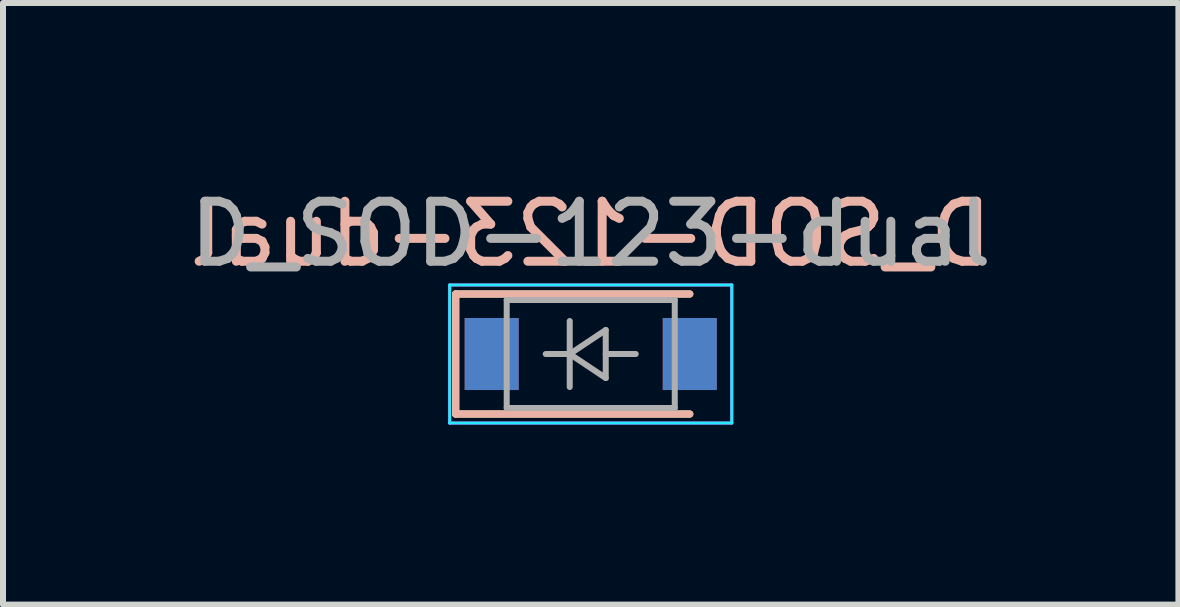
<source format=kicad_pcb>
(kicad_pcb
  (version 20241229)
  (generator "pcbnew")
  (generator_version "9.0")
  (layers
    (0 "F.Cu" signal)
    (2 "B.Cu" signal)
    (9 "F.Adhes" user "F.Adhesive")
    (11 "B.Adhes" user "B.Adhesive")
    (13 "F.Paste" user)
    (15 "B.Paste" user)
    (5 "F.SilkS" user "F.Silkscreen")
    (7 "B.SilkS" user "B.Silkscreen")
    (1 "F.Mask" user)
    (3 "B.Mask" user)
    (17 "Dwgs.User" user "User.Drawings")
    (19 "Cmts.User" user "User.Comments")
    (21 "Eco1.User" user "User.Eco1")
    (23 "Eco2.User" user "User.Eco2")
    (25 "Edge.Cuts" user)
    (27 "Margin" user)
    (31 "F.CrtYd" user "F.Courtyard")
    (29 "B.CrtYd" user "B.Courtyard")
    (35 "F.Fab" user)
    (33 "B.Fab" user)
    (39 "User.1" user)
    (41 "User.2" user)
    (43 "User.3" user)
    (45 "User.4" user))
  (footprint "D_SOD-123-dual"
    (layer "F.Cu")
    (at 6.792 2.848)
    (property "Reference" "D_SOD-123-dual" (at 0 -2 0) (layer "B.SilkS") (effects (font (size 1 1) (thickness 0.15)) (justify mirror)))
    (attr smd)
    (fp_line (start -2.25 -1) (end -2.25 1) (stroke (width 0.12) (type solid)) (layer "F.SilkS"))
    (fp_line (start -2.25 -1) (end 1.65 -1) (stroke (width 0.12) (type solid)) (layer "F.SilkS"))
    (fp_line (start -2.25 1) (end 1.65 1) (stroke (width 0.12) (type solid)) (layer "F.SilkS"))
    (fp_line (start -2.25 -1) (end -2.25 1) (stroke (width 0.12) (type solid)) (layer "B.SilkS"))
    (fp_line (start -2.25 -1) (end 1.65 -1) (stroke (width 0.12) (type solid)) (layer "B.SilkS"))
    (fp_line (start -2.25 1) (end 1.65 1) (stroke (width 0.12) (type solid)) (layer "B.SilkS"))
    (fp_line (start -2.35 -1.15) (end -2.35 1.15) (stroke (width 0.05) (type solid)) (layer "B.CrtYd"))
    (fp_line (start -2.35 -1.15) (end 2.35 -1.15) (stroke (width 0.05) (type solid)) (layer "B.CrtYd"))
    (fp_line (start 2.35 -1.15) (end 2.35 1.15) (stroke (width 0.05) (type solid)) (layer "B.CrtYd"))
    (fp_line (start 2.35 1.15) (end -2.35 1.15) (stroke (width 0.05) (type solid)) (layer "B.CrtYd"))
    (fp_line (start -2.35 -1.15) (end -2.35 1.15) (stroke (width 0.05) (type solid)) (layer "F.CrtYd"))
    (fp_line (start -2.35 -1.15) (end 2.35 -1.15) (stroke (width 0.05) (type solid)) (layer "F.CrtYd"))
    (fp_line (start 2.35 -1.15) (end 2.35 1.15) (stroke (width 0.05) (type solid)) (layer "F.CrtYd"))
    (fp_line (start 2.35 1.15) (end -2.35 1.15) (stroke (width 0.05) (type solid)) (layer "F.CrtYd"))
    (fp_line (start -1.4 -0.9) (end 1.4 -0.9) (stroke (width 0.1) (type solid)) (layer "F.Fab"))
    (fp_line (start -1.4 0.9) (end -1.4 -0.9) (stroke (width 0.1) (type solid)) (layer "F.Fab"))
    (fp_line (start -0.75 0) (end -0.35 0) (stroke (width 0.1) (type solid)) (layer "F.Fab"))
    (fp_line (start -0.35 0) (end -0.35 -0.55) (stroke (width 0.1) (type solid)) (layer "F.Fab"))
    (fp_line (start -0.35 0) (end -0.35 0.55) (stroke (width 0.1) (type solid)) (layer "F.Fab"))
    (fp_line (start -0.35 0) (end 0.25 -0.4) (stroke (width 0.1) (type solid)) (layer "F.Fab"))
    (fp_line (start 0.25 -0.4) (end 0.25 0.4) (stroke (width 0.1) (type solid)) (layer "F.Fab"))
    (fp_line (start 0.25 0) (end 0.75 0) (stroke (width 0.1) (type solid)) (layer "F.Fab"))
    (fp_line (start 0.25 0.4) (end -0.35 0) (stroke (width 0.1) (type solid)) (layer "F.Fab"))
    (fp_line (start 1.4 -0.9) (end 1.4 0.9) (stroke (width 0.1) (type solid)) (layer "F.Fab"))
    (fp_line (start 1.4 0.9) (end -1.4 0.9) (stroke (width 0.1) (type solid)) (layer "F.Fab"))
    (fp_text user "${REFERENCE}" (at 0 -2 0) (layer "F.Fab") (effects (font (size 1 1) (thickness 0.15))))
    (pad "1" smd rect (at -1.65 0) (size 0.9 1.2) (layers "F.Cu" "F.Mask" "F.Paste"))
    (pad "1" smd rect (at -1.65 0) (size 0.9 1.2) (layers "B.Cu" "B.Mask" "B.Paste"))
    (pad "2" smd rect (at 1.65 0) (size 0.9 1.2) (layers "F.Cu" "F.Mask" "F.Paste"))
    (pad "2" smd rect (at 1.65 0) (size 0.9 1.2) (layers "B.Cu" "B.Mask" "B.Paste")))
  (gr_rect
    (start -3 -3)
    (end 16.583 7.023)
    (stroke (width 0.1) (type default))
    (fill no)
    (layer "Edge.Cuts")))
</source>
